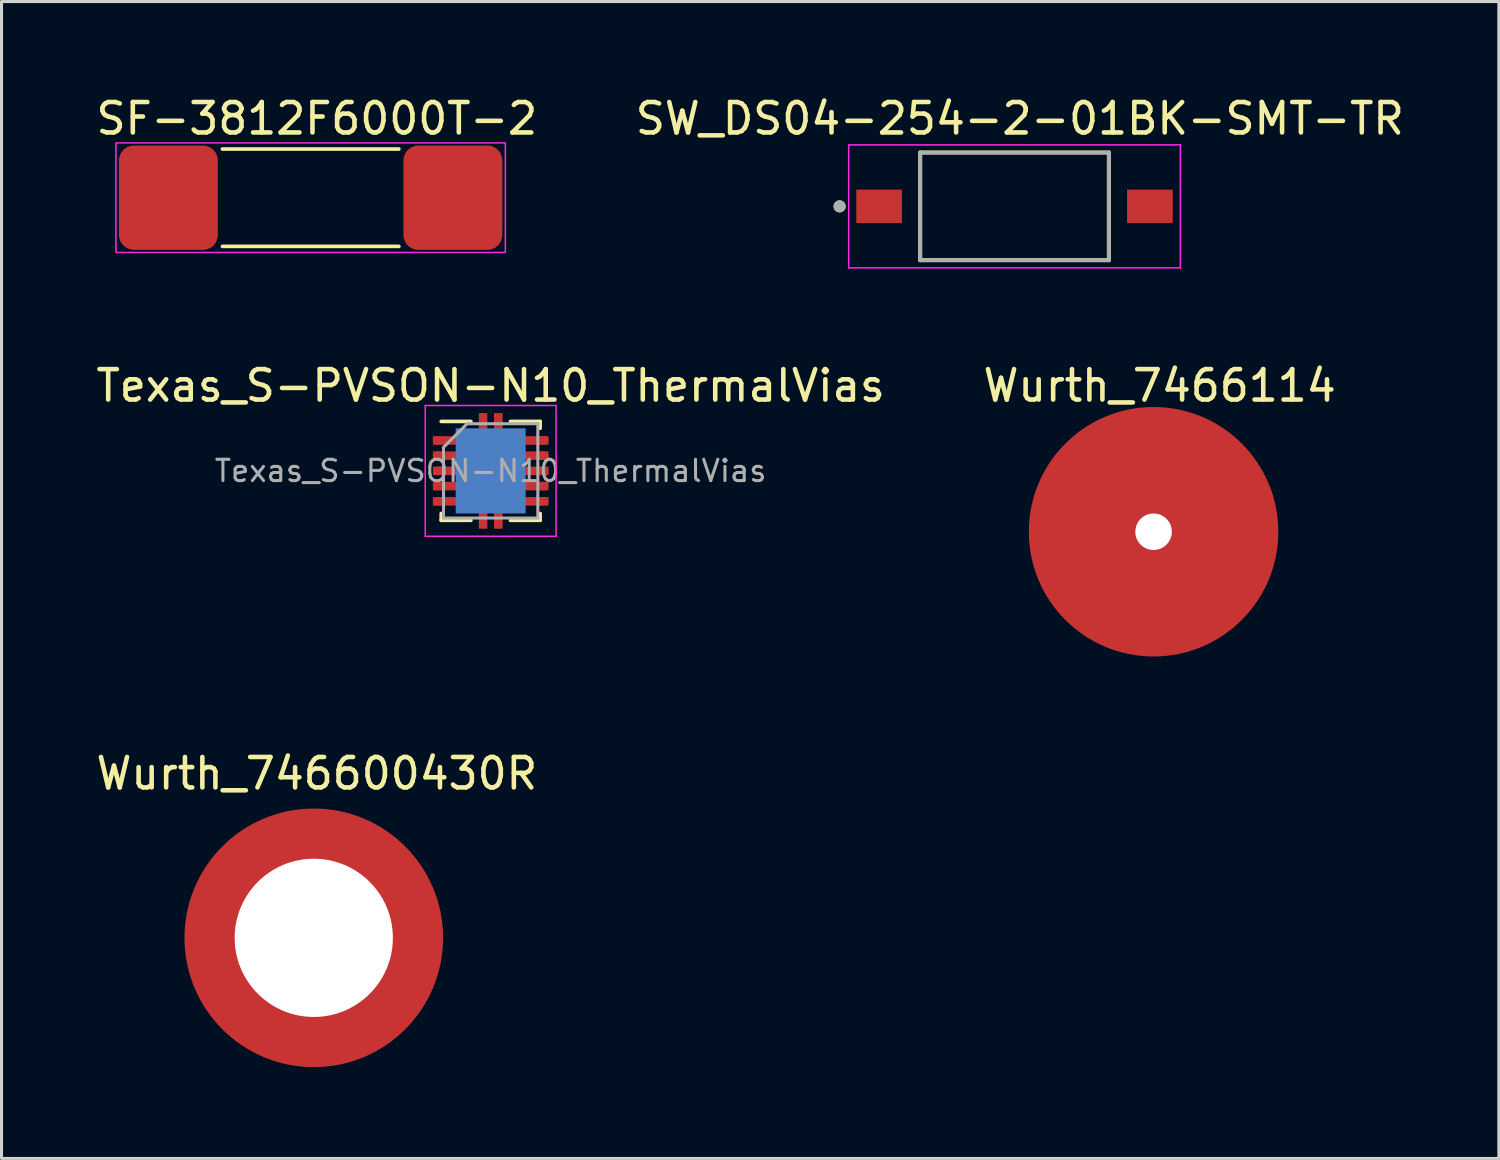
<source format=kicad_pcb>
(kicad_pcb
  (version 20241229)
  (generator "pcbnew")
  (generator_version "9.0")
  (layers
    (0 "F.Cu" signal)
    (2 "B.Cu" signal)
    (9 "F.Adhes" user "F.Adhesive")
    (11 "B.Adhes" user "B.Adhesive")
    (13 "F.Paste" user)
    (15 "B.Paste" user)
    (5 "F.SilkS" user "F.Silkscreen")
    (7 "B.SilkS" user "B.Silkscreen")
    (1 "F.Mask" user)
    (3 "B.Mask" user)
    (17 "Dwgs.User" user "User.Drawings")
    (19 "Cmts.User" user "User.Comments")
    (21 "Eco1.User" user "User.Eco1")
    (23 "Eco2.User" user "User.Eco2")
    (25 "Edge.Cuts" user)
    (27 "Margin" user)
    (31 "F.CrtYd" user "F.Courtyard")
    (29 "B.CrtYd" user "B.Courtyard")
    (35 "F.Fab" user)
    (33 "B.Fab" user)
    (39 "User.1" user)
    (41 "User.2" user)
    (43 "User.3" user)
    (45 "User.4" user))
  (footprint "SW_DS04-254-2-01BK-SMT-TR"
    (layer "F.Cu")
    (at 30.295 3.733)
    (property "Reference" "SW_DS04-254-2-01BK-SMT-TR" (at 0.175 -2.885 0) (layer "F.SilkS") (effects (font (size 1 1) (thickness 0.15))))
    (attr smd)
    (fp_line (start -3.1 -1.77) (end 3.1 -1.77) (stroke (width 0.127) (type solid)) (layer "F.SilkS"))
    (fp_line (start -3.1 1.77) (end -3.1 -1.77) (stroke (width 0.127) (type solid)) (layer "F.SilkS"))
    (fp_line (start 3.1 -1.77) (end 3.1 1.77) (stroke (width 0.127) (type solid)) (layer "F.SilkS"))
    (fp_line (start 3.1 1.77) (end -3.1 1.77) (stroke (width 0.127) (type solid)) (layer "F.SilkS"))
    (fp_circle (center -5.75 0) (end -5.65 0) (stroke (width 0.2) (type solid)) (fill no) (layer "F.SilkS"))
    (fp_line (start -5.45 -2.02) (end -5.45 2.02) (stroke (width 0.05) (type solid)) (layer "F.CrtYd"))
    (fp_line (start -5.45 2.02) (end 5.45 2.02) (stroke (width 0.05) (type solid)) (layer "F.CrtYd"))
    (fp_line (start 5.45 -2.02) (end -5.45 -2.02) (stroke (width 0.05) (type solid)) (layer "F.CrtYd"))
    (fp_line (start 5.45 2.02) (end 5.45 -2.02) (stroke (width 0.05) (type solid)) (layer "F.CrtYd"))
    (fp_line (start -3.1 -1.77) (end 3.1 -1.77) (stroke (width 0.127) (type solid)) (layer "F.Fab"))
    (fp_line (start -3.1 1.77) (end -3.1 -1.77) (stroke (width 0.127) (type solid)) (layer "F.Fab"))
    (fp_line (start 3.1 -1.77) (end 3.1 1.77) (stroke (width 0.127) (type solid)) (layer "F.Fab"))
    (fp_line (start 3.1 1.77) (end -3.1 1.77) (stroke (width 0.127) (type solid)) (layer "F.Fab"))
    (fp_circle (center -5.75 0) (end -5.65 0) (stroke (width 0.2) (type solid)) (fill no) (layer "F.Fab"))
    (pad "1" smd rect (at -4.45 0) (size 1.5 1.1) (layers "F.Cu" "F.Mask" "F.Paste"))
    (pad "2" smd rect (at 4.45 0 180) (size 1.5 1.1) (layers "F.Cu" "F.Mask" "F.Paste")))
  (footprint "SF-3812F6000T-2"
    (layer "F.Cu")
    (at 7.16 3.448)
    (property "Reference" "SF-3812F6000T-2" (at 0.203 -2.6 0) (unlocked yes) (layer "F.SilkS") (effects (font (size 1 1) (thickness 0.15))))
    (attr smd)
    (fp_line (start 2.9 -1.6) (end -2.9 -1.6) (stroke (width 0.12) (type default)) (layer "F.SilkS"))
    (fp_line (start 2.9 1.6) (end -2.9 1.6) (stroke (width 0.12) (type default)) (layer "F.SilkS"))
    (fp_rect (start -6.4 -1.8) (end 6.4 1.8) (stroke (width 0.05) (type default)) (fill no) (layer "F.CrtYd"))
    (pad "1" smd roundrect (at -4.675 0 90) (size 3.43 3.25) (layers "F.Cu" "F.Mask" "F.Paste") (roundrect_rratio 0.15))
    (pad "2" smd roundrect (at 4.675 0 90) (size 3.43 3.25) (layers "F.Cu" "F.Mask" "F.Paste") (roundrect_rratio 0.15)))
  (footprint "Wurth_7466114"
    (layer "F.Cu")
    (at 34.865 14.427)
    (property "Reference" "Wurth_7466114" (at 0.2 -4.8 0) (layer "F.SilkS") (effects (font (size 1 1) (thickness 0.15))))
    (attr through_hole)
    (pad "" np_thru_hole circle (at 0 0) (size 1.2 1.2) (drill 1.2) (layers "*.Cu" "*.Mask"))
    (pad "1" smd circle (at 0 0) (size 8.2 8.2) (layers "F.Cu" "F.Mask" "F.Paste")))
  (footprint "Wurth_746600430R"
    (layer "F.Cu")
    (at 7.263 27.775)
    (property "Reference" "Wurth_746600430R" (at 0.1 -5.4 0) (layer "F.SilkS") (effects (font (size 1 1) (thickness 0.15))))
    (attr through_hole)
    (pad "" np_thru_hole circle (at 0 0) (size 5.2 5.2) (drill 5.2) (layers "*.Cu" "*.Mask"))
    (pad "1" smd circle (at 0 0) (size 8.5 8.5) (layers "F.Cu" "F.Mask" "F.Paste")))
  (footprint "Texas_S-PVSON-N10_ThermalVias"
    (layer "F.Cu")
    (at 13.077 12.427)
    (property "Reference" "Texas_S-PVSON-N10_ThermalVias" (at 0 -2.8 0) (layer "F.SilkS") (effects (font (size 1 1) (thickness 0.15))))
    (attr smd)
    (fp_line (start -1.625 -1.625) (end -0.65 -1.625) (stroke (width 0.12) (type solid)) (layer "F.SilkS"))
    (fp_line (start -1.625 1.625) (end -1.625 1.4) (stroke (width 0.12) (type solid)) (layer "F.SilkS"))
    (fp_line (start -1.625 1.625) (end -0.65 1.625) (stroke (width 0.12) (type solid)) (layer "F.SilkS"))
    (fp_line (start 0.65 -1.625) (end 1.625 -1.625) (stroke (width 0.12) (type solid)) (layer "F.SilkS"))
    (fp_line (start 0.65 1.625) (end 1.625 1.625) (stroke (width 0.12) (type solid)) (layer "F.SilkS"))
    (fp_line (start 1.625 -1.4) (end 1.625 -1.625) (stroke (width 0.12) (type solid)) (layer "F.SilkS"))
    (fp_line (start 1.625 1.4) (end 1.625 1.625) (stroke (width 0.12) (type solid)) (layer "F.SilkS"))
    (fp_line (start -2.15 -2.15) (end -2.15 2.15) (stroke (width 0.05) (type solid)) (layer "F.CrtYd"))
    (fp_line (start -2.15 -2.15) (end 2.15 -2.15) (stroke (width 0.05) (type solid)) (layer "F.CrtYd"))
    (fp_line (start -2.15 2.15) (end 2.15 2.15) (stroke (width 0.05) (type solid)) (layer "F.CrtYd"))
    (fp_line (start 2.15 -2.15) (end 2.15 2.15) (stroke (width 0.05) (type solid)) (layer "F.CrtYd"))
    (fp_line (start -1.55 1.55) (end -1.55 -0.775) (stroke (width 0.1) (type solid)) (layer "F.Fab"))
    (fp_line (start -0.775 -1.55) (end -1.55 -0.775) (stroke (width 0.1) (type solid)) (layer "F.Fab"))
    (fp_line (start -0.775 -1.55) (end 1.55 -1.55) (stroke (width 0.1) (type solid)) (layer "F.Fab"))
    (fp_line (start 1.55 -1.55) (end 1.55 1.55) (stroke (width 0.1) (type solid)) (layer "F.Fab"))
    (fp_line (start 1.55 1.55) (end -1.55 1.55) (stroke (width 0.1) (type solid)) (layer "F.Fab"))
    (fp_text user "${REFERENCE}" (at 0 0 0) (layer "F.Fab") (effects (font (size 0.7 0.7) (thickness 0.1))))
    (pad "1" smd rect (at -1.76 -1) (size 0.28 0.28) (layers "F.Cu" "F.Mask" "F.Paste"))
    (pad "1" smd oval (at -1.475 -1) (size 0.85 0.28) (layers "F.Cu" "F.Mask" "F.Paste"))
    (pad "2" smd rect (at -1.76 -0.5) (size 0.28 0.28) (layers "F.Cu" "F.Mask" "F.Paste"))
    (pad "2" smd oval (at -1.475 -0.5) (size 0.85 0.28) (layers "F.Cu" "F.Mask" "F.Paste"))
    (pad "3" smd rect (at -1.76 0) (size 0.28 0.28) (layers "F.Cu" "F.Mask" "F.Paste"))
    (pad "3" smd oval (at -1.475 0) (size 0.85 0.28) (layers "F.Cu" "F.Mask" "F.Paste"))
    (pad "4" smd rect (at -1.76 0.5) (size 0.28 0.28) (layers "F.Cu" "F.Mask" "F.Paste"))
    (pad "4" smd oval (at -1.475 0.5) (size 0.85 0.28) (layers "F.Cu" "F.Mask" "F.Paste"))
    (pad "5" smd rect (at -1.76 1) (size 0.28 0.28) (layers "F.Cu" "F.Mask" "F.Paste"))
    (pad "5" smd oval (at -1.475 1) (size 0.85 0.28) (layers "F.Cu" "F.Mask" "F.Paste"))
    (pad "6" smd oval (at 1.475 1) (size 0.85 0.28) (layers "F.Cu" "F.Mask" "F.Paste"))
    (pad "6" smd rect (at 1.76 1) (size 0.28 0.28) (layers "F.Cu" "F.Mask" "F.Paste"))
    (pad "7" smd oval (at 1.475 0.5) (size 0.85 0.28) (layers "F.Cu" "F.Mask" "F.Paste"))
    (pad "7" smd rect (at 1.76 0.5) (size 0.28 0.28) (layers "F.Cu" "F.Mask" "F.Paste"))
    (pad "8" smd oval (at 1.475 0) (size 0.85 0.28) (layers "F.Cu" "F.Mask" "F.Paste"))
    (pad "8" smd rect (at 1.76 0) (size 0.28 0.28) (layers "F.Cu" "F.Mask" "F.Paste"))
    (pad "9" smd oval (at 1.475 -0.5) (size 0.85 0.28) (layers "F.Cu" "F.Mask" "F.Paste"))
    (pad "9" smd rect (at 1.76 -0.5) (size 0.28 0.28) (layers "F.Cu" "F.Mask" "F.Paste"))
    (pad "10" smd oval (at 1.475 -1) (size 0.85 0.28) (layers "F.Cu" "F.Mask" "F.Paste"))
    (pad "10" smd rect (at 1.76 -1) (size 0.28 0.28) (layers "F.Cu" "F.Mask" "F.Paste"))
    (pad "11" smd rect (at -0.45 -0.635) (size 0.68 1.05) (layers "F.Cu" "F.Mask" "F.Paste"))
    (pad "11" smd rect (at -0.45 0.635) (size 0.68 1.05) (layers "F.Cu" "F.Mask" "F.Paste"))
    (pad "11" smd rect (at -0.25 -1.63) (size 0.26 0.5) (layers "F.Cu" "F.Mask" "F.Paste"))
    (pad "11" smd rect (at -0.25 -1.55) (size 0.28 0.7) (layers "F.Cu" "F.Mask"))
    (pad "11" smd rect (at -0.25 1.55) (size 0.28 0.7) (layers "F.Cu" "F.Mask"))
    (pad "11" smd rect (at -0.25 1.63) (size 0.26 0.5) (layers "F.Cu" "F.Mask" "F.Paste"))
    (pad "11" smd rect (at 0 0) (size 1.65 2.4) (layers "F.Cu" "F.Mask"))
    (pad "11" smd rect (at 0 0) (size 2.3 2.8) (layers "B.Cu"))
    (pad "11" smd rect (at 0.25 -1.63) (size 0.26 0.5) (layers "F.Cu" "F.Mask" "F.Paste"))
    (pad "11" smd rect (at 0.25 -1.55) (size 0.28 0.7) (layers "F.Cu" "F.Mask"))
    (pad "11" smd rect (at 0.25 1.55) (size 0.28 0.7) (layers "F.Cu" "F.Mask"))
    (pad "11" smd rect (at 0.25 1.63) (size 0.26 0.5) (layers "F.Cu" "F.Mask" "F.Paste"))
    (pad "11" smd rect (at 0.45 -0.635) (size 0.68 1.05) (layers "F.Cu" "F.Mask" "F.Paste"))
    (pad "11" smd rect (at 0.45 0.635) (size 0.68 1.05) (layers "F.Cu" "F.Mask" "F.Paste")))
  (gr_rect
    (start -3 -3)
    (end 46.214 35.025)
    (stroke (width 0.1) (type default))
    (fill no)
    (layer "Edge.Cuts")))
</source>
